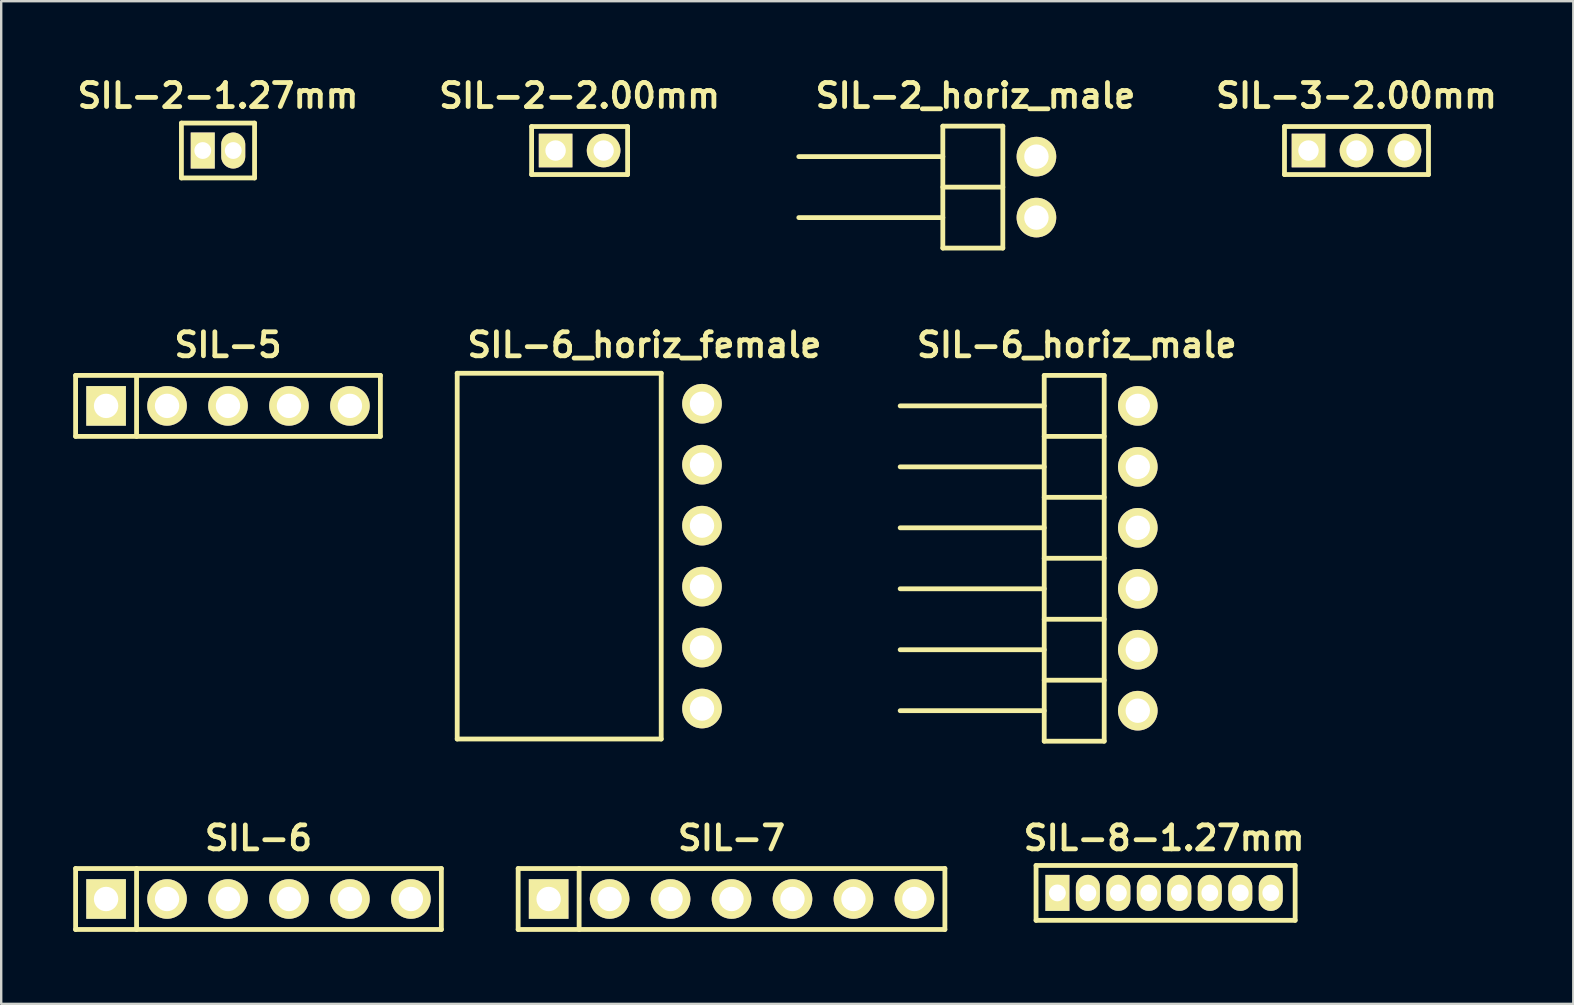
<source format=kicad_pcb>
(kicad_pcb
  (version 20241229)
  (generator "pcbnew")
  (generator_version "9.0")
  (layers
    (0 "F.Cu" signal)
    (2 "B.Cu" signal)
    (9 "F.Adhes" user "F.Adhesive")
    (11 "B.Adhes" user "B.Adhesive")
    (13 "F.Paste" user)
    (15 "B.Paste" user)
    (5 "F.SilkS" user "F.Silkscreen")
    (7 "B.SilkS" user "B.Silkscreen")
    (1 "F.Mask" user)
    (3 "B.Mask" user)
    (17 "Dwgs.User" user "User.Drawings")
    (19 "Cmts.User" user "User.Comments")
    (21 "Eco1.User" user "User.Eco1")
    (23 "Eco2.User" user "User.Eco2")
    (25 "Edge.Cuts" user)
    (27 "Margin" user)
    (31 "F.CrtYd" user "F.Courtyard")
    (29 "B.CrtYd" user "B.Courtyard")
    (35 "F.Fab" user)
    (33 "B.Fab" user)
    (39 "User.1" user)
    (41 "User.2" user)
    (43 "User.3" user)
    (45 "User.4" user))
  (footprint "SIL-2-2.00mm"
    (layer "F.Cu")
    (at 21.1 3.222)
    (property "Reference" "SIL-2-2.00mm" (at 0 -2.286 0) (layer "F.SilkS") (effects (font (size 1 1) (thickness 0.2))))
    (attr through_hole)
    (fp_line (start -2 -1) (end -2 1) (stroke (width 0.2) (type solid)) (layer "F.SilkS"))
    (fp_line (start -2 -1) (end 2 -1) (stroke (width 0.2) (type solid)) (layer "F.SilkS"))
    (fp_line (start 2 -1) (end 2 1) (stroke (width 0.2) (type solid)) (layer "F.SilkS"))
    (fp_line (start 2 1) (end -2 1) (stroke (width 0.2) (type solid)) (layer "F.SilkS"))
    (pad "1" thru_hole rect (at -1 0) (size 1.4 1.4) (drill 0.85) (layers "*.Cu" "*.Mask" "F.SilkS"))
    (pad "2" thru_hole circle (at 1 0) (size 1.4 1.4) (drill 0.85) (layers "*.Cu" "*.Mask" "F.SilkS")))
  (footprint "SIL-6"
    (layer "F.Cu")
    (at 7.72 34.408)
    (property "Reference" "SIL-6" (at 0 -2.54 0) (layer "F.SilkS") (effects (font (size 1 1) (thickness 0.2))))
    (attr through_hole)
    (fp_line (start -7.62 -1.27) (end 7.62 -1.27) (stroke (width 0.2) (type solid)) (layer "F.SilkS"))
    (fp_line (start -7.62 1.27) (end -7.62 -1.27) (stroke (width 0.2) (type solid)) (layer "F.SilkS"))
    (fp_line (start -5.08 1.27) (end -5.08 -1.27) (stroke (width 0.2) (type solid)) (layer "F.SilkS"))
    (fp_line (start 7.62 -1.27) (end 7.62 1.27) (stroke (width 0.2) (type solid)) (layer "F.SilkS"))
    (fp_line (start 7.62 1.27) (end -7.62 1.27) (stroke (width 0.2) (type solid)) (layer "F.SilkS"))
    (pad "1" thru_hole rect (at -6.35 0) (size 1.65 1.65) (drill 1.016) (layers "*.Cu" "*.Mask" "F.SilkS"))
    (pad "2" thru_hole circle (at -3.81 0) (size 1.65 1.65) (drill 1.016) (layers "*.Cu" "*.Mask" "F.SilkS"))
    (pad "3" thru_hole circle (at -1.27 0) (size 1.65 1.65) (drill 1.016) (layers "*.Cu" "*.Mask" "F.SilkS"))
    (pad "4" thru_hole circle (at 1.27 0) (size 1.65 1.65) (drill 1.016) (layers "*.Cu" "*.Mask" "F.SilkS"))
    (pad "5" thru_hole circle (at 3.81 0) (size 1.65 1.65) (drill 1.016) (layers "*.Cu" "*.Mask" "F.SilkS"))
    (pad "6" thru_hole circle (at 6.35 0) (size 1.65 1.65) (drill 1.016) (layers "*.Cu" "*.Mask" "F.SilkS")))
  (footprint "SIL-2_horiz_male"
    (layer "F.Cu")
    (at 40.134 4.746)
    (property "Reference" "SIL-2_horiz_male" (at -2.54 -3.81 0) (layer "F.SilkS") (effects (font (size 1 1) (thickness 0.2))))
    (attr through_hole)
    (fp_line (start -3.9 -2.54) (end -3.9 2.54) (stroke (width 0.2) (type solid)) (layer "F.SilkS"))
    (fp_line (start -3.899 -1.27) (end -9.901 -1.27) (stroke (width 0.2) (type solid)) (layer "F.SilkS"))
    (fp_line (start -3.899 1.27) (end -9.901 1.27) (stroke (width 0.2) (type solid)) (layer "F.SilkS"))
    (fp_line (start -1.4 2.54) (end -1.4 -2.54) (stroke (width 0.2) (type solid)) (layer "F.SilkS"))
    (fp_line (start -1.4 -2.54) (end -3.899 -2.54) (stroke (width 0.2) (type solid)) (layer "F.SilkS"))
    (fp_line (start -1.4 0) (end -3.899 0) (stroke (width 0.2) (type solid)) (layer "F.SilkS"))
    (fp_line (start -1.4 2.54) (end -3.899 2.54) (stroke (width 0.2) (type solid)) (layer "F.SilkS"))
    (pad "1" thru_hole circle (at 0 -1.27) (size 1.651 1.651) (drill 1.016) (layers "*.Cu" "*.Mask" "F.SilkS"))
    (pad "2" thru_hole circle (at 0 1.27) (size 1.651 1.651) (drill 1.016) (layers "*.Cu" "*.Mask" "F.SilkS")))
  (footprint "SIL-2-1.27mm"
    (layer "F.Cu")
    (at 6.033 3.222)
    (property "Reference" "SIL-2-1.27mm" (at 0 -2.286 0) (layer "F.SilkS") (effects (font (size 1 1) (thickness 0.2))))
    (attr through_hole)
    (fp_line (start -1.524 -1.143) (end 1.524 -1.143) (stroke (width 0.2) (type solid)) (layer "F.SilkS"))
    (fp_line (start -1.524 1.143) (end -1.524 -1.143) (stroke (width 0.2) (type solid)) (layer "F.SilkS"))
    (fp_line (start 1.524 -1.143) (end 1.524 1.143) (stroke (width 0.2) (type solid)) (layer "F.SilkS"))
    (fp_line (start 1.524 1.143) (end -1.524 1.143) (stroke (width 0.2) (type solid)) (layer "F.SilkS"))
    (pad "1" thru_hole rect (at -0.635 0) (size 1 1.5) (drill 0.7) (layers "*.Cu" "*.Mask" "F.SilkS"))
    (pad "2" thru_hole oval (at 0.635 0) (size 1 1.5) (drill 0.7) (layers "*.Cu" "*.Mask" "F.SilkS")))
  (footprint "SIL-7"
    (layer "F.Cu")
    (at 27.43 34.408)
    (property "Reference" "SIL-7" (at 0 -2.54 0) (layer "F.SilkS") (effects (font (size 1 1) (thickness 0.2))))
    (attr through_hole)
    (fp_line (start -8.89 -1.27) (end 8.89 -1.27) (stroke (width 0.2) (type solid)) (layer "F.SilkS"))
    (fp_line (start -8.89 1.27) (end -8.89 -1.27) (stroke (width 0.2) (type solid)) (layer "F.SilkS"))
    (fp_line (start -8.89 1.27) (end 8.89 1.27) (stroke (width 0.2) (type solid)) (layer "F.SilkS"))
    (fp_line (start -6.35 -1.27) (end -6.35 1.27) (stroke (width 0.2) (type solid)) (layer "F.SilkS"))
    (fp_line (start 8.89 -1.27) (end 8.89 1.27) (stroke (width 0.2) (type solid)) (layer "F.SilkS"))
    (pad "1" thru_hole rect (at -7.62 0) (size 1.65 1.65) (drill 1.016) (layers "*.Cu" "*.Mask" "F.SilkS"))
    (pad "2" thru_hole circle (at -5.08 0) (size 1.65 1.65) (drill 1.016) (layers "*.Cu" "*.Mask" "F.SilkS"))
    (pad "3" thru_hole circle (at -2.54 0) (size 1.65 1.65) (drill 1.016) (layers "*.Cu" "*.Mask" "F.SilkS"))
    (pad "4" thru_hole circle (at 0 0) (size 1.65 1.65) (drill 1.016) (layers "*.Cu" "*.Mask" "F.SilkS"))
    (pad "5" thru_hole circle (at 2.54 0) (size 1.65 1.65) (drill 1.016) (layers "*.Cu" "*.Mask" "F.SilkS"))
    (pad "6" thru_hole circle (at 5.08 0) (size 1.65 1.65) (drill 1.016) (layers "*.Cu" "*.Mask" "F.SilkS"))
    (pad "7" thru_hole circle (at 7.62 0) (size 1.65 1.65) (drill 1.016) (layers "*.Cu" "*.Mask" "F.SilkS")))
  (footprint "SIL-3-2.00mm"
    (layer "F.Cu")
    (at 53.47 3.222)
    (property "Reference" "SIL-3-2.00mm" (at 0 -2.286 0) (layer "F.SilkS") (effects (font (size 1 1) (thickness 0.2))))
    (attr through_hole)
    (fp_line (start -3 -1) (end -3 1) (stroke (width 0.2) (type solid)) (layer "F.SilkS"))
    (fp_line (start -3 -1) (end 3 -1) (stroke (width 0.2) (type solid)) (layer "F.SilkS"))
    (fp_line (start 3 1) (end -3 1) (stroke (width 0.2) (type solid)) (layer "F.SilkS"))
    (fp_line (start 3 1) (end 3 -1) (stroke (width 0.2) (type solid)) (layer "F.SilkS"))
    (pad "1" thru_hole rect (at -2 0) (size 1.4 1.4) (drill 0.85) (layers "*.Cu" "*.Mask" "F.SilkS"))
    (pad "2" thru_hole circle (at 0 0) (size 1.4 1.4) (drill 0.85) (layers "*.Cu" "*.Mask" "F.SilkS"))
    (pad "3" thru_hole circle (at 2 0) (size 1.4 1.4) (drill 0.85) (layers "*.Cu" "*.Mask" "F.SilkS")))
  (footprint "SIL-8-1.27mm"
    (layer "F.Cu")
    (at 45.453 34.154)
    (property "Reference" "SIL-8-1.27mm" (at 0 -2.286 0) (layer "F.SilkS") (effects (font (size 1 1) (thickness 0.2))))
    (attr through_hole)
    (fp_line (start -5.334 -1.143) (end 5.461 -1.143) (stroke (width 0.2) (type solid)) (layer "F.SilkS"))
    (fp_line (start -5.334 1.143) (end -5.334 -1.143) (stroke (width 0.2) (type solid)) (layer "F.SilkS"))
    (fp_line (start 5.461 -1.143) (end 5.461 1.143) (stroke (width 0.2) (type solid)) (layer "F.SilkS"))
    (fp_line (start 5.461 1.143) (end -5.334 1.143) (stroke (width 0.2) (type solid)) (layer "F.SilkS"))
    (pad "1" thru_hole rect (at -4.445 0) (size 1 1.5) (drill 0.7) (layers "*.Cu" "*.Mask" "F.SilkS"))
    (pad "2" thru_hole oval (at -3.175 0) (size 1 1.5) (drill 0.7) (layers "*.Cu" "*.Mask" "F.SilkS"))
    (pad "3" thru_hole oval (at -1.905 0) (size 1 1.5) (drill 0.7) (layers "*.Cu" "*.Mask" "F.SilkS"))
    (pad "4" thru_hole oval (at -0.635 0) (size 1 1.5) (drill 0.7) (layers "*.Cu" "*.Mask" "F.SilkS"))
    (pad "5" thru_hole oval (at 0.635 0) (size 1 1.5) (drill 0.7) (layers "*.Cu" "*.Mask" "F.SilkS"))
    (pad "6" thru_hole oval (at 1.905 0) (size 1 1.5) (drill 0.7) (layers "*.Cu" "*.Mask" "F.SilkS"))
    (pad "7" thru_hole oval (at 3.175 0) (size 1 1.5) (drill 0.7) (layers "*.Cu" "*.Mask" "F.SilkS"))
    (pad "8" thru_hole oval (at 4.445 0) (size 1 1.5) (drill 0.7) (layers "*.Cu" "*.Mask" "F.SilkS")))
  (footprint "SIL-6_horiz_male"
    (layer "F.Cu")
    (at 44.358 20.212)
    (property "Reference" "SIL-6_horiz_male" (at -2.54 -8.89 0) (layer "F.SilkS") (effects (font (size 1 1) (thickness 0.2))))
    (attr through_hole)
    (fp_line (start -9.901 -1.27) (end -3.899 -1.27) (stroke (width 0.2) (type solid)) (layer "F.SilkS"))
    (fp_line (start -3.899 -6.35) (end -9.901 -6.35) (stroke (width 0.2) (type solid)) (layer "F.SilkS"))
    (fp_line (start -3.899 -3.81) (end -9.901 -3.81) (stroke (width 0.2) (type solid)) (layer "F.SilkS"))
    (fp_line (start -3.899 1.27) (end -9.901 1.27) (stroke (width 0.2) (type solid)) (layer "F.SilkS"))
    (fp_line (start -3.899 3.81) (end -9.901 3.81) (stroke (width 0.2) (type solid)) (layer "F.SilkS"))
    (fp_line (start -3.899 6.35) (end -9.901 6.35) (stroke (width 0.2) (type solid)) (layer "F.SilkS"))
    (fp_line (start -3.899 7.62) (end -3.899 -7.62) (stroke (width 0.2) (type solid)) (layer "F.SilkS"))
    (fp_line (start -1.4 -7.62) (end -3.899 -7.62) (stroke (width 0.2) (type solid)) (layer "F.SilkS"))
    (fp_line (start -1.4 -7.62) (end -1.4 7.62) (stroke (width 0.2) (type solid)) (layer "F.SilkS"))
    (fp_line (start -1.4 -5.08) (end -3.899 -5.08) (stroke (width 0.2) (type solid)) (layer "F.SilkS"))
    (fp_line (start -1.4 -2.54) (end -3.899 -2.54) (stroke (width 0.2) (type solid)) (layer "F.SilkS"))
    (fp_line (start -1.4 0) (end -3.899 0) (stroke (width 0.2) (type solid)) (layer "F.SilkS"))
    (fp_line (start -1.4 2.54) (end -3.899 2.54) (stroke (width 0.2) (type solid)) (layer "F.SilkS"))
    (fp_line (start -1.4 5.08) (end -3.899 5.08) (stroke (width 0.2) (type solid)) (layer "F.SilkS"))
    (fp_line (start -1.4 7.62) (end -3.899 7.62) (stroke (width 0.2) (type solid)) (layer "F.SilkS"))
    (pad "1" thru_hole circle (at 0 -6.35) (size 1.651 1.651) (drill 1.016) (layers "*.Cu" "*.Mask" "F.SilkS"))
    (pad "2" thru_hole circle (at 0 -3.81) (size 1.651 1.651) (drill 1.016) (layers "*.Cu" "*.Mask" "F.SilkS"))
    (pad "3" thru_hole circle (at 0 -1.27) (size 1.651 1.651) (drill 1.016) (layers "*.Cu" "*.Mask" "F.SilkS"))
    (pad "4" thru_hole circle (at 0 1.27) (size 1.651 1.651) (drill 1.016) (layers "*.Cu" "*.Mask" "F.SilkS"))
    (pad "5" thru_hole circle (at 0 3.81) (size 1.651 1.651) (drill 1.016) (layers "*.Cu" "*.Mask" "F.SilkS"))
    (pad "6" thru_hole circle (at 0 6.35) (size 1.651 1.651) (drill 1.016) (layers "*.Cu" "*.Mask" "F.SilkS")))
  (footprint "SIL-5"
    (layer "F.Cu")
    (at 6.45 13.862)
    (property "Reference" "SIL-5" (at 0 -2.54 0) (layer "F.SilkS") (effects (font (size 1 1) (thickness 0.2))))
    (attr through_hole)
    (fp_line (start -6.35 -1.27) (end 6.35 -1.27) (stroke (width 0.2) (type solid)) (layer "F.SilkS"))
    (fp_line (start -6.35 1.27) (end -6.35 -1.27) (stroke (width 0.2) (type solid)) (layer "F.SilkS"))
    (fp_line (start -3.81 1.27) (end -3.81 -1.27) (stroke (width 0.2) (type solid)) (layer "F.SilkS"))
    (fp_line (start 6.35 -1.27) (end 6.35 1.27) (stroke (width 0.2) (type solid)) (layer "F.SilkS"))
    (fp_line (start 6.35 1.27) (end -6.35 1.27) (stroke (width 0.2) (type solid)) (layer "F.SilkS"))
    (pad "1" thru_hole rect (at -5.08 0) (size 1.65 1.65) (drill 1.016) (layers "*.Cu" "*.Mask" "F.SilkS"))
    (pad "2" thru_hole circle (at -2.54 0) (size 1.65 1.65) (drill 1.016) (layers "*.Cu" "*.Mask" "F.SilkS"))
    (pad "3" thru_hole circle (at 0 0) (size 1.65 1.65) (drill 1.016) (layers "*.Cu" "*.Mask" "F.SilkS"))
    (pad "4" thru_hole circle (at 2.54 0) (size 1.65 1.65) (drill 1.016) (layers "*.Cu" "*.Mask" "F.SilkS"))
    (pad "5" thru_hole circle (at 5.08 0) (size 1.65 1.65) (drill 1.016) (layers "*.Cu" "*.Mask" "F.SilkS")))
  (footprint "SIL-6_horiz_female"
    (layer "F.Cu")
    (at 26.2 20.122)
    (property "Reference" "SIL-6_horiz_female" (at -2.4 -8.8 0) (layer "F.SilkS") (effects (font (size 1 1) (thickness 0.2))))
    (attr through_hole)
    (fp_line (start -10.2 -7.62) (end -10.2 7.62) (stroke (width 0.2) (type solid)) (layer "F.SilkS"))
    (fp_line (start -10.2 7.62) (end -1.7 7.62) (stroke (width 0.2) (type solid)) (layer "F.SilkS"))
    (fp_line (start -1.7 -7.62) (end -10.2 -7.62) (stroke (width 0.2) (type solid)) (layer "F.SilkS"))
    (fp_line (start -1.7 -7.62) (end -1.7 7.62) (stroke (width 0.2) (type solid)) (layer "F.SilkS"))
    (pad "1" thru_hole circle (at 0 -6.35) (size 1.651 1.651) (drill 1.016) (layers "*.Cu" "*.Mask" "F.SilkS"))
    (pad "2" thru_hole circle (at 0 -3.81) (size 1.651 1.651) (drill 1.016) (layers "*.Cu" "*.Mask" "F.SilkS"))
    (pad "3" thru_hole circle (at 0 -1.27) (size 1.651 1.651) (drill 1.016) (layers "*.Cu" "*.Mask" "F.SilkS"))
    (pad "4" thru_hole circle (at 0 1.27) (size 1.651 1.651) (drill 1.016) (layers "*.Cu" "*.Mask" "F.SilkS"))
    (pad "5" thru_hole circle (at 0 3.81) (size 1.651 1.651) (drill 1.016) (layers "*.Cu" "*.Mask" "F.SilkS"))
    (pad "6" thru_hole circle (at 0 6.35) (size 1.651 1.651) (drill 1.016) (layers "*.Cu" "*.Mask" "F.SilkS")))
  (gr_rect
    (start -3 -3)
    (end 62.504 38.778)
    (stroke (width 0.1) (type default))
    (fill no)
    (layer "Edge.Cuts")))
</source>
